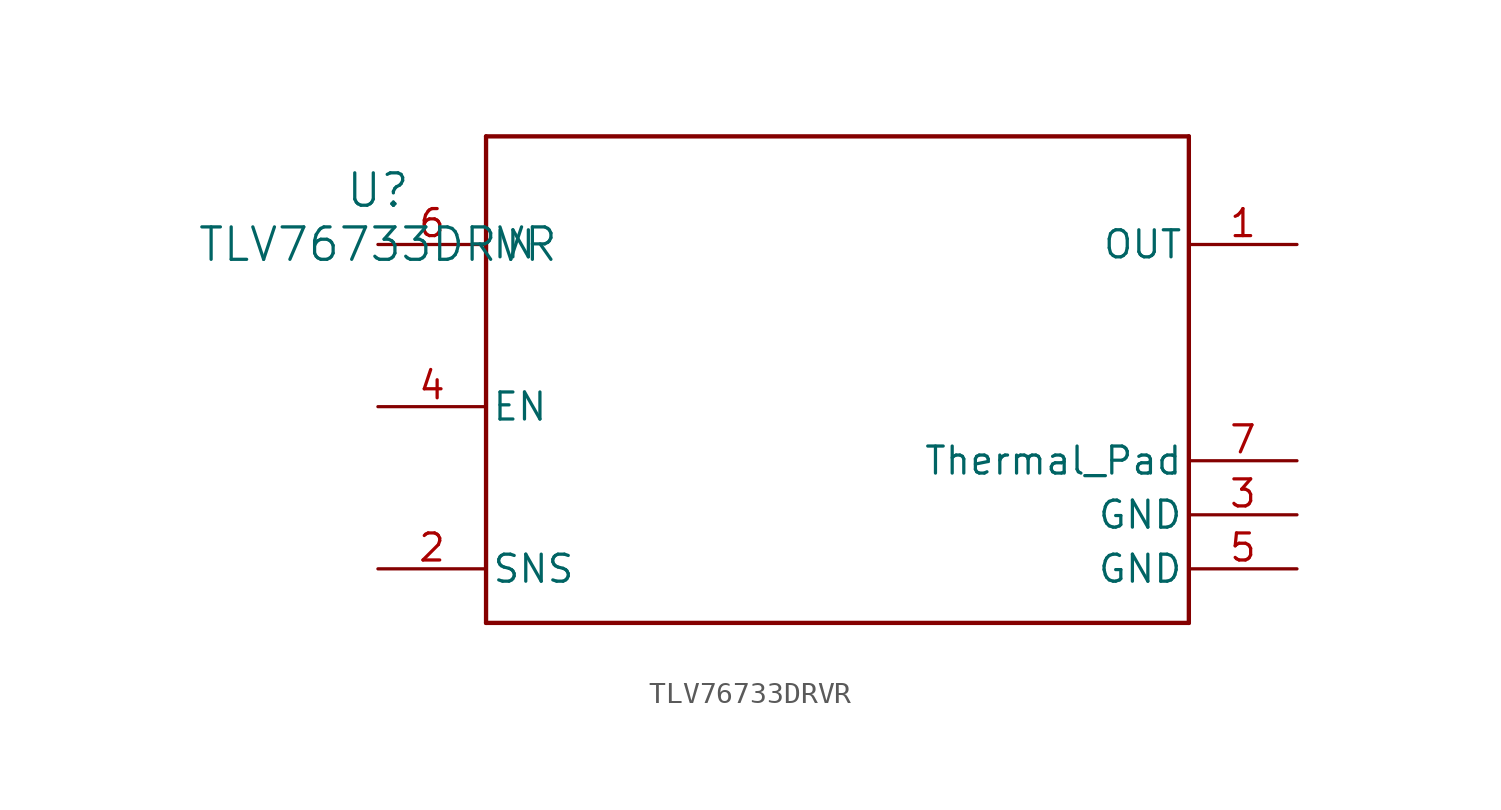
<source format=kicad_sym>
(kicad_symbol_lib
  (version 20211014)
  (generator kicad_symbol_editor)
  (symbol "TLV76733DRVR"
    (pin_names
      (offset 0.254))
    (property "Reference" "U"
      (at 0 2.54 0)
      (effects (font (size 1.524 1.524))))
    (property "Value" "TLV76733DRVR"
      (at 0 0 0)
      (effects (font (size 1.524 1.524))))
    (symbol "TLV76733DRVR_0_1"
      (polyline (pts (xy 5.08 -17.78) (xy 38.1 -17.78)) (stroke (width 0.203) (type default) (color 0 0 0 0)) (fill (type none)))
      (polyline (pts (xy 38.1 -17.78) (xy 38.1 5.08)) (stroke (width 0.203) (type default) (color 0 0 0 0)) (fill (type none)))
      (polyline (pts (xy 38.1 5.08) (xy 5.08 5.08)) (stroke (width 0.203) (type default) (color 0 0 0 0)) (fill (type none)))
      (polyline (pts (xy 5.08 5.08) (xy 5.08 -17.78)) (stroke (width 0.203) (type default) (color 0 0 0 0)) (fill (type none)))
      (pin output line (at 43.18 0 180) (length 5.08) (name "OUT" (effects (font (size 1.27 1.27)))) (number "1" (effects (font (size 1.27 1.27)))))
      (pin input line (at 0 -15.24 0) (length 5.08) (name "SNS" (effects (font (size 1.27 1.27)))) (number "2" (effects (font (size 1.27 1.27)))))
      (pin power_in line (at 43.18 -12.7 180) (length 5.08) (name "GND" (effects (font (size 1.27 1.27)))) (number "3" (effects (font (size 1.27 1.27)))))
      (pin input line (at 0 -7.62 0) (length 5.08) (name "EN" (effects (font (size 1.27 1.27)))) (number "4" (effects (font (size 1.27 1.27)))))
      (pin power_in line (at 43.18 -15.24 180) (length 5.08) (name "GND" (effects (font (size 1.27 1.27)))) (number "5" (effects (font (size 1.27 1.27)))))
      (pin power_in line (at 0 0 0) (length 5.08) (name "IN" (effects (font (size 1.27 1.27)))) (number "6" (effects (font (size 1.27 1.27)))))
      (pin unspecified line (at 43.18 -10.16 180) (length 5.08) (name "Thermal_Pad" (effects (font (size 1.27 1.27)))) (number "7" (effects (font (size 1.27 1.27))))))))
</source>
